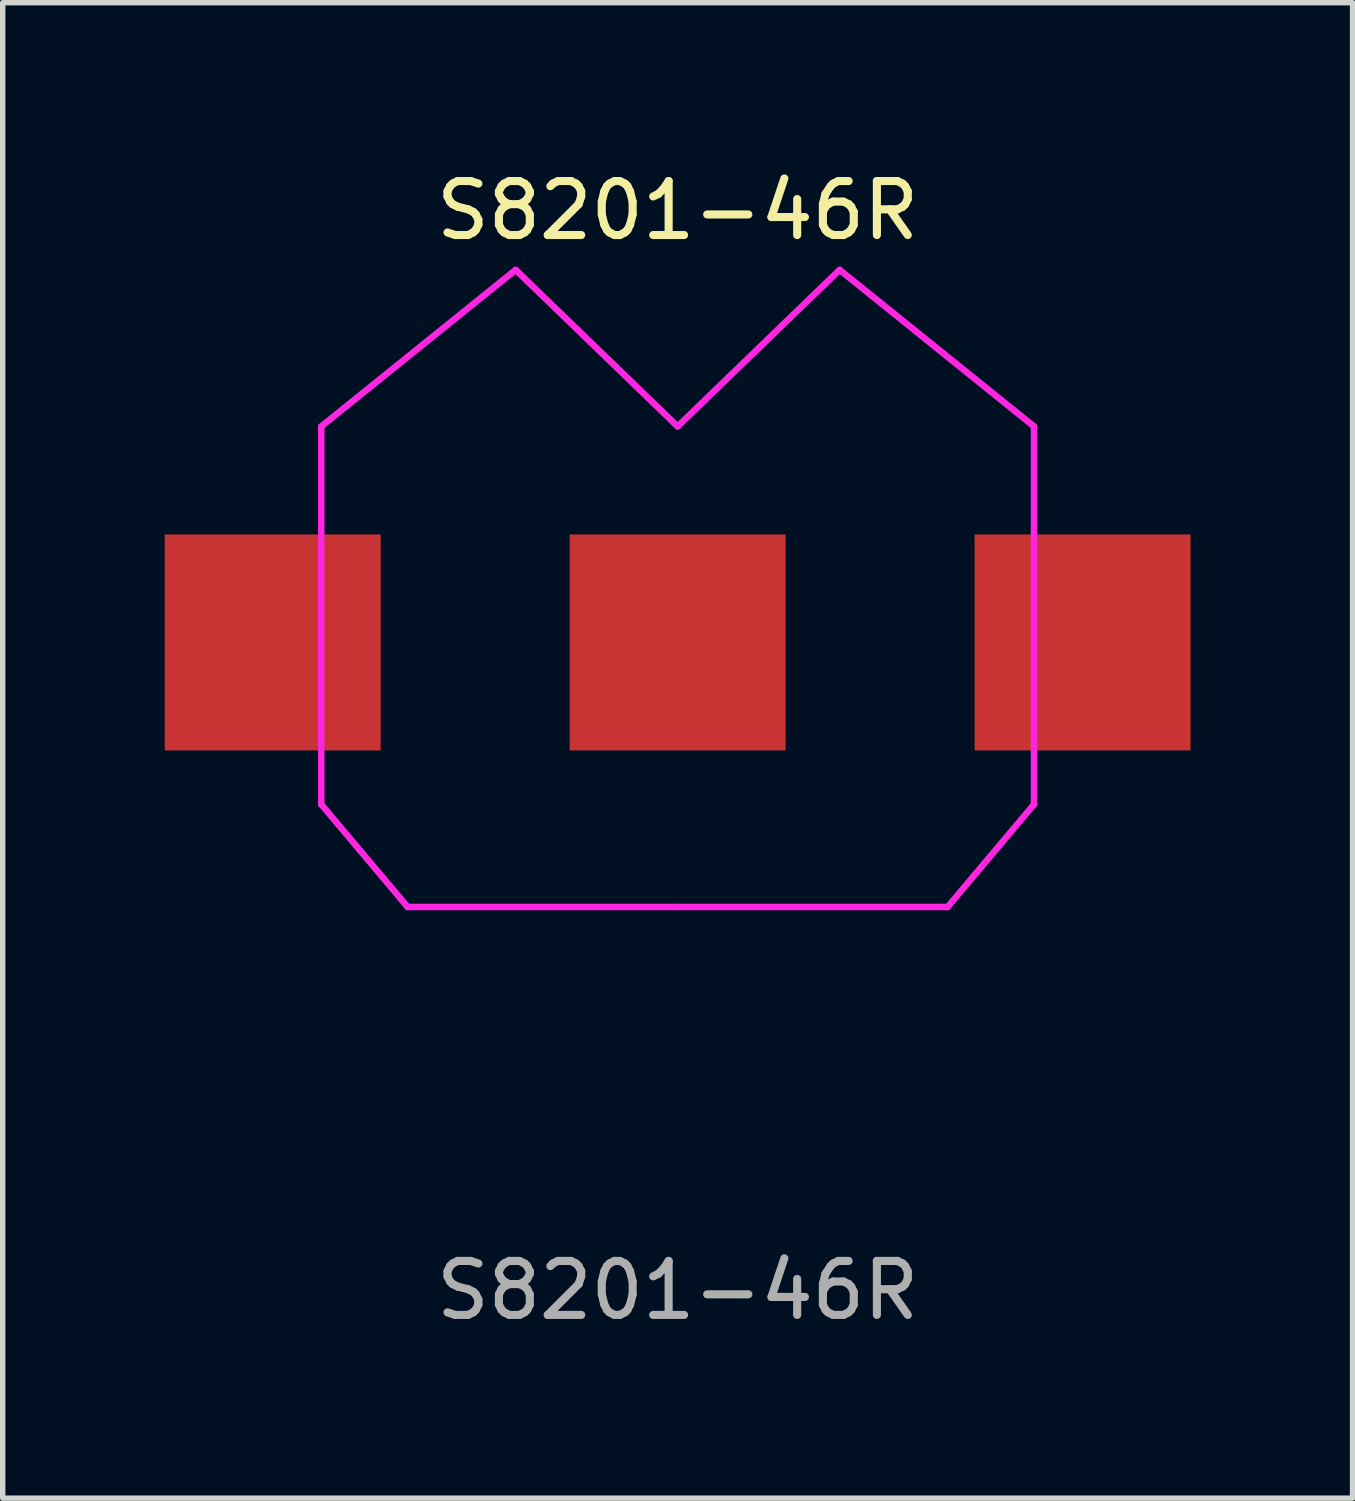
<source format=kicad_pcb>
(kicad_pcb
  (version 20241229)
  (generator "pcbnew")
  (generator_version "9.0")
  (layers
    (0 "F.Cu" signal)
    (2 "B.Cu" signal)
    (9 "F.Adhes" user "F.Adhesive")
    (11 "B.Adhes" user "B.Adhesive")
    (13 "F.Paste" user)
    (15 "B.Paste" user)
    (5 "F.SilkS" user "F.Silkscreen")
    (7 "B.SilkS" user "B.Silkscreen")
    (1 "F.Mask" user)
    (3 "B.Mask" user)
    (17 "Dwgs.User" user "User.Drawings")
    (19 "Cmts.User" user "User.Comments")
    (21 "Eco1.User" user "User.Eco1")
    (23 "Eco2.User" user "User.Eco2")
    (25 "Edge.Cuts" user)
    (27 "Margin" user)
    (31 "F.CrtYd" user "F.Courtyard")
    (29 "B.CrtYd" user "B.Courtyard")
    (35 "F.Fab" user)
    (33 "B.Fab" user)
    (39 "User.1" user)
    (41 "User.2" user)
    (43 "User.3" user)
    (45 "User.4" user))
  (footprint "S8201-46R"
    (layer "F.Cu")
    (at 9.5 8.848)
    (property "Reference" "S8201-46R" (at 0 -8 0) (unlocked yes) (layer "F.SilkS") (effects (font (size 1 1) (thickness 0.15))))
    (attr smd)
    (fp_line (start -6.6 3) (end -6.6 -4) (stroke (width 0.12) (type solid)) (layer "F.CrtYd"))
    (fp_line (start -6.6 3) (end -5 4.9) (stroke (width 0.12) (type solid)) (layer "F.CrtYd"))
    (fp_line (start -5 4.9) (end 0 4.9) (stroke (width 0.12) (type solid)) (layer "F.CrtYd"))
    (fp_line (start -3 -6.9) (end -6.6 -4) (stroke (width 0.12) (type solid)) (layer "F.CrtYd"))
    (fp_line (start 0 -4) (end -3 -6.9) (stroke (width 0.12) (type solid)) (layer "F.CrtYd"))
    (fp_line (start 0 -4) (end 3 -6.9) (stroke (width 0.12) (type solid)) (layer "F.CrtYd"))
    (fp_line (start 3 -6.9) (end 6.6 -4) (stroke (width 0.12) (type solid)) (layer "F.CrtYd"))
    (fp_line (start 5 4.9) (end 0 4.9) (stroke (width 0.12) (type solid)) (layer "F.CrtYd"))
    (fp_line (start 5 4.9) (end 6.6 3) (stroke (width 0.12) (type solid)) (layer "F.CrtYd"))
    (fp_line (start 6.6 3) (end 6.6 -4) (stroke (width 0.12) (type solid)) (layer "F.CrtYd"))
    (fp_text user "${REFERENCE}" (at 0 12 0) (unlocked yes) (layer "F.Fab") (effects (font (size 1 1) (thickness 0.15))))
    (pad "1" smd rect (at -7.5 0) (size 4 4) (layers "F.Cu" "F.Mask" "F.Paste"))
    (pad "1" smd rect (at 7.5 0 90) (size 4 4) (layers "F.Cu" "F.Mask" "F.Paste"))
    (pad "2" smd rect (at 0 0) (size 4 4) (layers "F.Cu" "F.Mask" "F.Paste")))
  (gr_rect
    (start -3 -3)
    (end 22 24.697)
    (stroke (width 0.1) (type default))
    (fill no)
    (layer "Edge.Cuts")))
</source>
